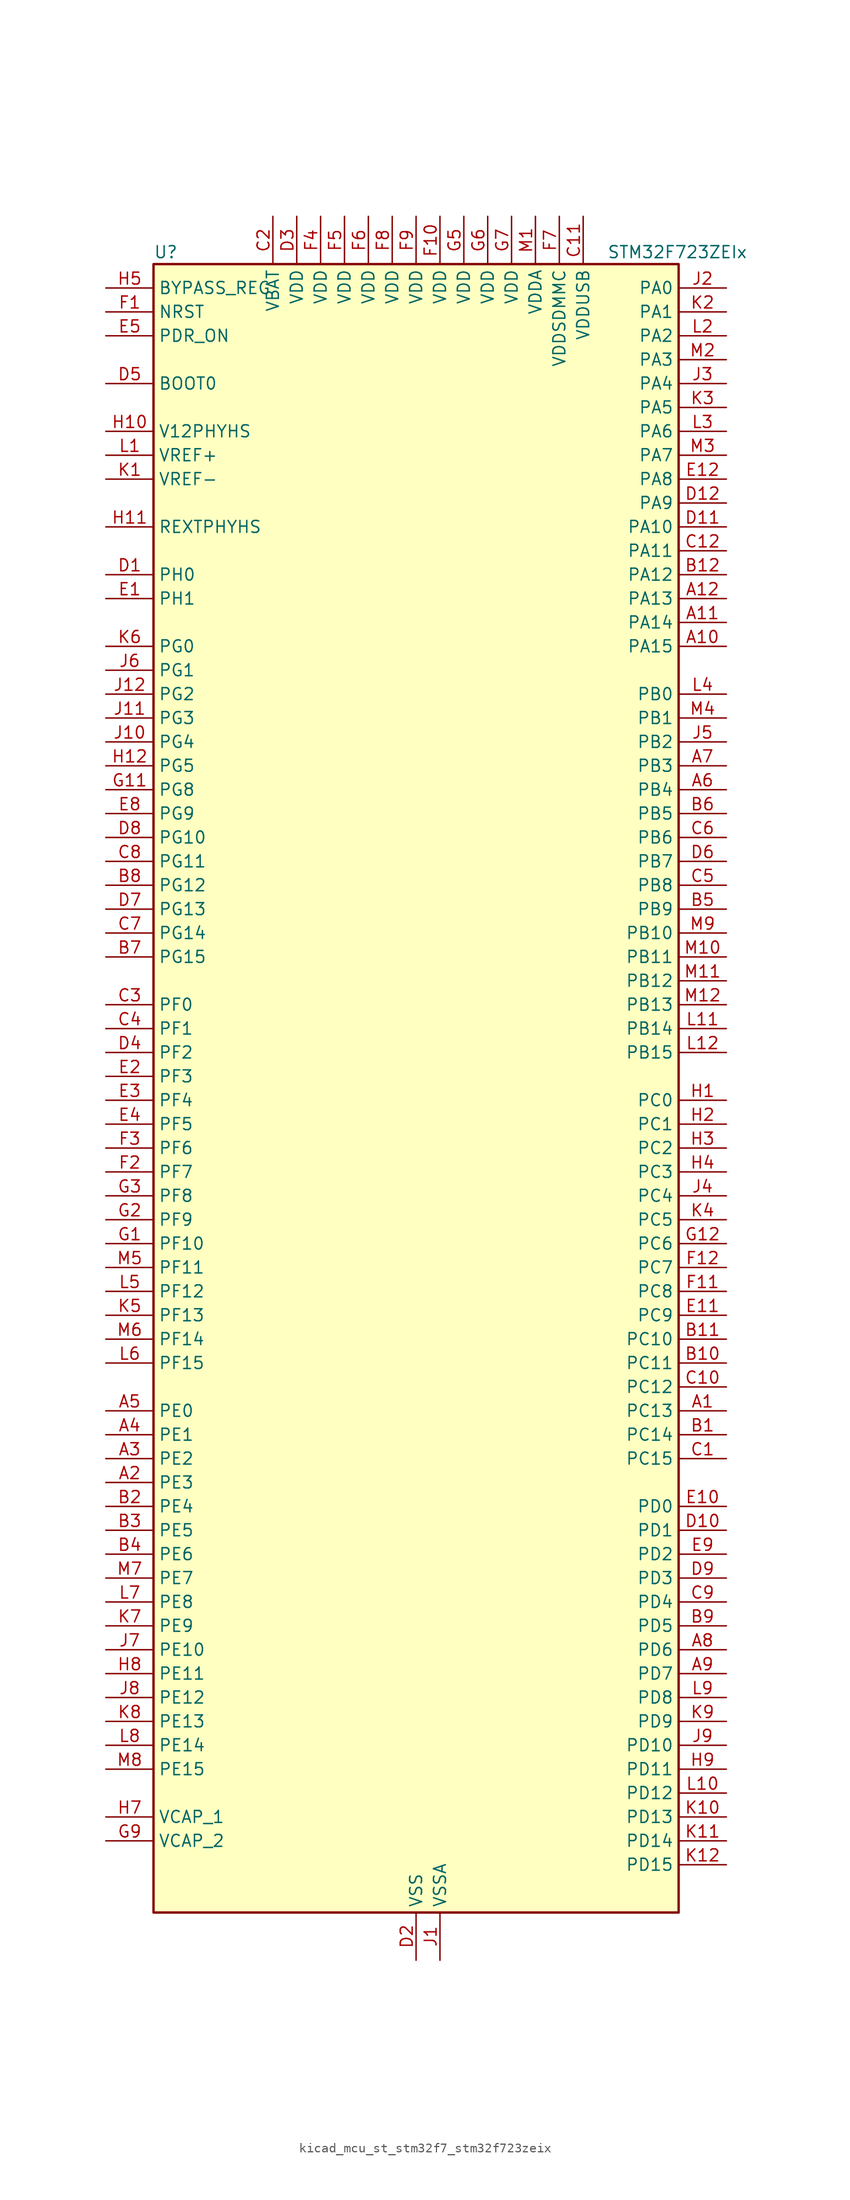
<source format=kicad_sym>
(kicad_symbol_lib
  (version 20220914)
  (generator kicad_symbol_editor)
  (symbol "kicad_mcu_st_stm32f7_stm32f723zeix"
    (property "Reference" "U"
      (at -27.94 90.17 0)
      (effects (font (size 1.27 1.27)) (justify left)))
    (property "Value" "STM32F723ZEIx"
      (at 20.32 90.17 0)
      (effects (font (size 1.27 1.27)) (justify left)))
    (property "ki_locked" ""
      (at 0 0 0)
      (effects (font (size 1.27 1.27))))
    (symbol "kicad_mcu_st_stm32f7_stm32f723zeix_0_1"
      (rectangle (start -27.94 -86.36) (end 27.94 88.9) (stroke (width 0.254) (type default)) (fill (type background))))
    (symbol "kicad_mcu_st_stm32f7_stm32f723zeix_1_1"
      (pin bidirectional line (at 33.02 -33.02 180) (length 5.08) (name "PC13" (effects (font (size 1.27 1.27)))) (number "A1" (effects (font (size 1.27 1.27)))) (alternate "RTC_OUT" bidirectional line) (alternate "RTC_TAMP1" bidirectional line) (alternate "RTC_TS" bidirectional line) (alternate "SYS_WKUP4" bidirectional line))
      (pin bidirectional line (at 33.02 48.26 180) (length 5.08) (name "PA15" (effects (font (size 1.27 1.27)))) (number "A10" (effects (font (size 1.27 1.27)))) (alternate "I2S1_WS" bidirectional line) (alternate "I2S3_WS" bidirectional line) (alternate "SPI1_NSS" bidirectional line) (alternate "SPI3_NSS" bidirectional line) (alternate "SYS_JTDI" bidirectional line) (alternate "TIM2_CH1" bidirectional line) (alternate "TIM2_ETR" bidirectional line) (alternate "UART4_DE" bidirectional line) (alternate "UART4_RTS" bidirectional line))
      (pin bidirectional line (at 33.02 50.8 180) (length 5.08) (name "PA14" (effects (font (size 1.27 1.27)))) (number "A11" (effects (font (size 1.27 1.27)))) (alternate "SYS_JTCK-SWCLK" bidirectional line))
      (pin bidirectional line (at 33.02 53.34 180) (length 5.08) (name "PA13" (effects (font (size 1.27 1.27)))) (number "A12" (effects (font (size 1.27 1.27)))) (alternate "SYS_JTMS-SWDIO" bidirectional line))
      (pin bidirectional line (at -33.02 -40.64 0) (length 5.08) (name "PE3" (effects (font (size 1.27 1.27)))) (number "A2" (effects (font (size 1.27 1.27)))) (alternate "FMC_A19" bidirectional line) (alternate "SAI1_SD_B" bidirectional line) (alternate "SYS_TRACED0" bidirectional line))
      (pin bidirectional line (at -33.02 -38.1 0) (length 5.08) (name "PE2" (effects (font (size 1.27 1.27)))) (number "A3" (effects (font (size 1.27 1.27)))) (alternate "FMC_A23" bidirectional line) (alternate "QUADSPI_BK1_IO2" bidirectional line) (alternate "SAI1_MCLK_A" bidirectional line) (alternate "SPI4_SCK" bidirectional line) (alternate "SYS_TRACECLK" bidirectional line))
      (pin bidirectional line (at -33.02 -35.56 0) (length 5.08) (name "PE1" (effects (font (size 1.27 1.27)))) (number "A4" (effects (font (size 1.27 1.27)))) (alternate "FMC_NBL1" bidirectional line) (alternate "LPTIM1_IN2" bidirectional line) (alternate "UART8_TX" bidirectional line))
      (pin bidirectional line (at -33.02 -33.02 0) (length 5.08) (name "PE0" (effects (font (size 1.27 1.27)))) (number "A5" (effects (font (size 1.27 1.27)))) (alternate "FMC_NBL0" bidirectional line) (alternate "LPTIM1_ETR" bidirectional line) (alternate "SAI2_MCLK_A" bidirectional line) (alternate "TIM4_ETR" bidirectional line) (alternate "UART8_RX" bidirectional line))
      (pin bidirectional line (at 33.02 33.02 180) (length 5.08) (name "PB4" (effects (font (size 1.27 1.27)))) (number "A6" (effects (font (size 1.27 1.27)))) (alternate "I2S2_WS" bidirectional line) (alternate "SDMMC2_D3" bidirectional line) (alternate "SPI1_MISO" bidirectional line) (alternate "SPI2_NSS" bidirectional line) (alternate "SPI3_MISO" bidirectional line) (alternate "SYS_JTRST" bidirectional line) (alternate "TIM3_CH1" bidirectional line))
      (pin bidirectional line (at 33.02 35.56 180) (length 5.08) (name "PB3" (effects (font (size 1.27 1.27)))) (number "A7" (effects (font (size 1.27 1.27)))) (alternate "I2S1_CK" bidirectional line) (alternate "I2S3_CK" bidirectional line) (alternate "SDMMC2_D2" bidirectional line) (alternate "SPI1_SCK" bidirectional line) (alternate "SPI3_SCK" bidirectional line) (alternate "SYS_JTDO-SWO" bidirectional line) (alternate "TIM2_CH2" bidirectional line))
      (pin bidirectional line (at 33.02 -58.42 180) (length 5.08) (name "PD6" (effects (font (size 1.27 1.27)))) (number "A8" (effects (font (size 1.27 1.27)))) (alternate "FMC_NWAIT" bidirectional line) (alternate "I2S3_SD" bidirectional line) (alternate "SAI1_SD_A" bidirectional line) (alternate "SDMMC2_CK" bidirectional line) (alternate "SPI3_MOSI" bidirectional line) (alternate "USART2_RX" bidirectional line))
      (pin bidirectional line (at 33.02 -60.96 180) (length 5.08) (name "PD7" (effects (font (size 1.27 1.27)))) (number "A9" (effects (font (size 1.27 1.27)))) (alternate "FMC_NE1" bidirectional line) (alternate "SDMMC2_CMD" bidirectional line) (alternate "USART2_CK" bidirectional line))
      (pin bidirectional line (at 33.02 -35.56 180) (length 5.08) (name "PC14" (effects (font (size 1.27 1.27)))) (number "B1" (effects (font (size 1.27 1.27)))) (alternate "RCC_OSC32_IN" bidirectional line))
      (pin bidirectional line (at 33.02 -27.94 180) (length 5.08) (name "PC11" (effects (font (size 1.27 1.27)))) (number "B10" (effects (font (size 1.27 1.27)))) (alternate "ADC1_EXTI11" bidirectional line) (alternate "ADC2_EXTI11" bidirectional line) (alternate "ADC3_EXTI11" bidirectional line) (alternate "QUADSPI_BK2_NCS" bidirectional line) (alternate "SDMMC1_D3" bidirectional line) (alternate "SPI3_MISO" bidirectional line) (alternate "UART4_RX" bidirectional line) (alternate "USART3_RX" bidirectional line))
      (pin bidirectional line (at 33.02 -25.4 180) (length 5.08) (name "PC10" (effects (font (size 1.27 1.27)))) (number "B11" (effects (font (size 1.27 1.27)))) (alternate "I2S3_CK" bidirectional line) (alternate "QUADSPI_BK1_IO1" bidirectional line) (alternate "SDMMC1_D2" bidirectional line) (alternate "SPI3_SCK" bidirectional line) (alternate "UART4_TX" bidirectional line) (alternate "USART3_TX" bidirectional line))
      (pin bidirectional line (at 33.02 55.88 180) (length 5.08) (name "PA12" (effects (font (size 1.27 1.27)))) (number "B12" (effects (font (size 1.27 1.27)))) (alternate "CAN1_TX" bidirectional line) (alternate "SAI2_FS_B" bidirectional line) (alternate "TIM1_ETR" bidirectional line) (alternate "USART1_DE" bidirectional line) (alternate "USART1_RTS" bidirectional line) (alternate "USB_OTG_FS_DP" bidirectional line))
      (pin bidirectional line (at -33.02 -43.18 0) (length 5.08) (name "PE4" (effects (font (size 1.27 1.27)))) (number "B2" (effects (font (size 1.27 1.27)))) (alternate "FMC_A20" bidirectional line) (alternate "SAI1_FS_A" bidirectional line) (alternate "SPI4_NSS" bidirectional line) (alternate "SYS_TRACED1" bidirectional line))
      (pin bidirectional line (at -33.02 -45.72 0) (length 5.08) (name "PE5" (effects (font (size 1.27 1.27)))) (number "B3" (effects (font (size 1.27 1.27)))) (alternate "FMC_A21" bidirectional line) (alternate "SAI1_SCK_A" bidirectional line) (alternate "SPI4_MISO" bidirectional line) (alternate "SYS_TRACED2" bidirectional line) (alternate "TIM9_CH1" bidirectional line))
      (pin bidirectional line (at -33.02 -48.26 0) (length 5.08) (name "PE6" (effects (font (size 1.27 1.27)))) (number "B4" (effects (font (size 1.27 1.27)))) (alternate "FMC_A22" bidirectional line) (alternate "SAI1_SD_A" bidirectional line) (alternate "SAI2_MCLK_B" bidirectional line) (alternate "SPI4_MOSI" bidirectional line) (alternate "SYS_TRACED3" bidirectional line) (alternate "TIM1_BKIN2" bidirectional line) (alternate "TIM9_CH2" bidirectional line))
      (pin bidirectional line (at 33.02 20.32 180) (length 5.08) (name "PB9" (effects (font (size 1.27 1.27)))) (number "B5" (effects (font (size 1.27 1.27)))) (alternate "CAN1_TX" bidirectional line) (alternate "DAC_EXTI9" bidirectional line) (alternate "I2C1_SDA" bidirectional line) (alternate "I2S2_WS" bidirectional line) (alternate "SDMMC1_D5" bidirectional line) (alternate "SDMMC2_D5" bidirectional line) (alternate "SPI2_NSS" bidirectional line) (alternate "TIM11_CH1" bidirectional line) (alternate "TIM4_CH4" bidirectional line))
      (pin bidirectional line (at 33.02 30.48 180) (length 5.08) (name "PB5" (effects (font (size 1.27 1.27)))) (number "B6" (effects (font (size 1.27 1.27)))) (alternate "FMC_SDCKE1" bidirectional line) (alternate "I2C1_SMBA" bidirectional line) (alternate "I2S1_SD" bidirectional line) (alternate "I2S3_SD" bidirectional line) (alternate "SPI1_MOSI" bidirectional line) (alternate "SPI3_MOSI" bidirectional line) (alternate "TIM3_CH2" bidirectional line))
      (pin bidirectional line (at -33.02 15.24 0) (length 5.08) (name "PG15" (effects (font (size 1.27 1.27)))) (number "B7" (effects (font (size 1.27 1.27)))) (alternate "FMC_SDNCAS" bidirectional line) (alternate "USART6_CTS" bidirectional line))
      (pin bidirectional line (at -33.02 22.86 0) (length 5.08) (name "PG12" (effects (font (size 1.27 1.27)))) (number "B8" (effects (font (size 1.27 1.27)))) (alternate "FMC_NE4" bidirectional line) (alternate "LPTIM1_IN1" bidirectional line) (alternate "SDMMC2_D3" bidirectional line) (alternate "USART6_DE" bidirectional line) (alternate "USART6_RTS" bidirectional line))
      (pin bidirectional line (at 33.02 -55.88 180) (length 5.08) (name "PD5" (effects (font (size 1.27 1.27)))) (number "B9" (effects (font (size 1.27 1.27)))) (alternate "FMC_NWE" bidirectional line) (alternate "USART2_TX" bidirectional line))
      (pin bidirectional line (at 33.02 -38.1 180) (length 5.08) (name "PC15" (effects (font (size 1.27 1.27)))) (number "C1" (effects (font (size 1.27 1.27)))) (alternate "RCC_OSC32_OUT" bidirectional line))
      (pin bidirectional line (at 33.02 -30.48 180) (length 5.08) (name "PC12" (effects (font (size 1.27 1.27)))) (number "C10" (effects (font (size 1.27 1.27)))) (alternate "I2S3_SD" bidirectional line) (alternate "SDMMC1_CK" bidirectional line) (alternate "SPI3_MOSI" bidirectional line) (alternate "SYS_TRACED3" bidirectional line) (alternate "UART5_TX" bidirectional line) (alternate "USART3_CK" bidirectional line))
      (pin power_in line (at 17.78 93.98 270) (length 5.08) (name "VDDUSB" (effects (font (size 1.27 1.27)))) (number "C11" (effects (font (size 1.27 1.27)))))
      (pin bidirectional line (at 33.02 58.42 180) (length 5.08) (name "PA11" (effects (font (size 1.27 1.27)))) (number "C12" (effects (font (size 1.27 1.27)))) (alternate "ADC1_EXTI11" bidirectional line) (alternate "ADC2_EXTI11" bidirectional line) (alternate "ADC3_EXTI11" bidirectional line) (alternate "CAN1_RX" bidirectional line) (alternate "TIM1_CH4" bidirectional line) (alternate "USART1_CTS" bidirectional line) (alternate "USB_OTG_FS_DM" bidirectional line))
      (pin power_in line (at -15.24 93.98 270) (length 5.08) (name "VBAT" (effects (font (size 1.27 1.27)))) (number "C2" (effects (font (size 1.27 1.27)))))
      (pin bidirectional line (at -33.02 10.16 0) (length 5.08) (name "PF0" (effects (font (size 1.27 1.27)))) (number "C3" (effects (font (size 1.27 1.27)))) (alternate "FMC_A0" bidirectional line) (alternate "I2C2_SDA" bidirectional line))
      (pin bidirectional line (at -33.02 7.62 0) (length 5.08) (name "PF1" (effects (font (size 1.27 1.27)))) (number "C4" (effects (font (size 1.27 1.27)))) (alternate "FMC_A1" bidirectional line) (alternate "I2C2_SCL" bidirectional line))
      (pin bidirectional line (at 33.02 22.86 180) (length 5.08) (name "PB8" (effects (font (size 1.27 1.27)))) (number "C5" (effects (font (size 1.27 1.27)))) (alternate "CAN1_RX" bidirectional line) (alternate "I2C1_SCL" bidirectional line) (alternate "SDMMC1_D4" bidirectional line) (alternate "SDMMC2_D4" bidirectional line) (alternate "TIM10_CH1" bidirectional line) (alternate "TIM4_CH3" bidirectional line))
      (pin bidirectional line (at 33.02 27.94 180) (length 5.08) (name "PB6" (effects (font (size 1.27 1.27)))) (number "C6" (effects (font (size 1.27 1.27)))) (alternate "FMC_SDNE1" bidirectional line) (alternate "I2C1_SCL" bidirectional line) (alternate "QUADSPI_BK1_NCS" bidirectional line) (alternate "TIM4_CH1" bidirectional line) (alternate "USART1_TX" bidirectional line))
      (pin bidirectional line (at -33.02 17.78 0) (length 5.08) (name "PG14" (effects (font (size 1.27 1.27)))) (number "C7" (effects (font (size 1.27 1.27)))) (alternate "FMC_A25" bidirectional line) (alternate "LPTIM1_ETR" bidirectional line) (alternate "QUADSPI_BK2_IO3" bidirectional line) (alternate "SYS_TRACED1" bidirectional line) (alternate "USART6_TX" bidirectional line))
      (pin bidirectional line (at -33.02 25.4 0) (length 5.08) (name "PG11" (effects (font (size 1.27 1.27)))) (number "C8" (effects (font (size 1.27 1.27)))) (alternate "ADC1_EXTI11" bidirectional line) (alternate "ADC2_EXTI11" bidirectional line) (alternate "ADC3_EXTI11" bidirectional line) (alternate "FMC_INT" bidirectional line) (alternate "SDMMC2_D2" bidirectional line))
      (pin bidirectional line (at 33.02 -53.34 180) (length 5.08) (name "PD4" (effects (font (size 1.27 1.27)))) (number "C9" (effects (font (size 1.27 1.27)))) (alternate "FMC_NOE" bidirectional line) (alternate "USART2_DE" bidirectional line) (alternate "USART2_RTS" bidirectional line))
      (pin bidirectional line (at -33.02 55.88 0) (length 5.08) (name "PH0" (effects (font (size 1.27 1.27)))) (number "D1" (effects (font (size 1.27 1.27)))) (alternate "RCC_OSC_IN" bidirectional line))
      (pin bidirectional line (at 33.02 -45.72 180) (length 5.08) (name "PD1" (effects (font (size 1.27 1.27)))) (number "D10" (effects (font (size 1.27 1.27)))) (alternate "CAN1_TX" bidirectional line) (alternate "FMC_D3" bidirectional line) (alternate "FMC_DA3" bidirectional line))
      (pin bidirectional line (at 33.02 60.96 180) (length 5.08) (name "PA10" (effects (font (size 1.27 1.27)))) (number "D11" (effects (font (size 1.27 1.27)))) (alternate "TIM1_CH3" bidirectional line) (alternate "USART1_RX" bidirectional line) (alternate "USB_OTG_FS_ID" bidirectional line))
      (pin bidirectional line (at 33.02 63.5 180) (length 5.08) (name "PA9" (effects (font (size 1.27 1.27)))) (number "D12" (effects (font (size 1.27 1.27)))) (alternate "DAC_EXTI9" bidirectional line) (alternate "I2C3_SMBA" bidirectional line) (alternate "I2S2_CK" bidirectional line) (alternate "SPI2_SCK" bidirectional line) (alternate "TIM1_CH2" bidirectional line) (alternate "USART1_TX" bidirectional line) (alternate "USB_OTG_FS_VBUS" bidirectional line))
      (pin power_in line (at 0 -91.44 90) (length 5.08) (name "VSS" (effects (font (size 1.27 1.27)))) (number "D2" (effects (font (size 1.27 1.27)))))
      (pin power_in line (at -12.7 93.98 270) (length 5.08) (name "VDD" (effects (font (size 1.27 1.27)))) (number "D3" (effects (font (size 1.27 1.27)))))
      (pin bidirectional line (at -33.02 5.08 0) (length 5.08) (name "PF2" (effects (font (size 1.27 1.27)))) (number "D4" (effects (font (size 1.27 1.27)))) (alternate "FMC_A2" bidirectional line) (alternate "I2C2_SMBA" bidirectional line))
      (pin input line (at -33.02 76.2 0) (length 5.08) (name "BOOT0" (effects (font (size 1.27 1.27)))) (number "D5" (effects (font (size 1.27 1.27)))))
      (pin bidirectional line (at 33.02 25.4 180) (length 5.08) (name "PB7" (effects (font (size 1.27 1.27)))) (number "D6" (effects (font (size 1.27 1.27)))) (alternate "FMC_NL" bidirectional line) (alternate "I2C1_SDA" bidirectional line) (alternate "TIM4_CH2" bidirectional line) (alternate "USART1_RX" bidirectional line))
      (pin bidirectional line (at -33.02 20.32 0) (length 5.08) (name "PG13" (effects (font (size 1.27 1.27)))) (number "D7" (effects (font (size 1.27 1.27)))) (alternate "FMC_A24" bidirectional line) (alternate "LPTIM1_OUT" bidirectional line) (alternate "SYS_TRACED0" bidirectional line) (alternate "USART6_CTS" bidirectional line))
      (pin bidirectional line (at -33.02 27.94 0) (length 5.08) (name "PG10" (effects (font (size 1.27 1.27)))) (number "D8" (effects (font (size 1.27 1.27)))) (alternate "FMC_NE3" bidirectional line) (alternate "SAI2_SD_B" bidirectional line) (alternate "SDMMC2_D1" bidirectional line))
      (pin bidirectional line (at 33.02 -50.8 180) (length 5.08) (name "PD3" (effects (font (size 1.27 1.27)))) (number "D9" (effects (font (size 1.27 1.27)))) (alternate "FMC_CLK" bidirectional line) (alternate "I2S2_CK" bidirectional line) (alternate "SPI2_SCK" bidirectional line) (alternate "USART2_CTS" bidirectional line))
      (pin bidirectional line (at -33.02 53.34 0) (length 5.08) (name "PH1" (effects (font (size 1.27 1.27)))) (number "E1" (effects (font (size 1.27 1.27)))) (alternate "RCC_OSC_OUT" bidirectional line))
      (pin bidirectional line (at 33.02 -43.18 180) (length 5.08) (name "PD0" (effects (font (size 1.27 1.27)))) (number "E10" (effects (font (size 1.27 1.27)))) (alternate "CAN1_RX" bidirectional line) (alternate "FMC_D2" bidirectional line) (alternate "FMC_DA2" bidirectional line))
      (pin bidirectional line (at 33.02 -22.86 180) (length 5.08) (name "PC9" (effects (font (size 1.27 1.27)))) (number "E11" (effects (font (size 1.27 1.27)))) (alternate "DAC_EXTI9" bidirectional line) (alternate "I2C3_SDA" bidirectional line) (alternate "I2S_CKIN" bidirectional line) (alternate "QUADSPI_BK1_IO0" bidirectional line) (alternate "RCC_MCO_2" bidirectional line) (alternate "SDMMC1_D1" bidirectional line) (alternate "TIM3_CH4" bidirectional line) (alternate "TIM8_CH4" bidirectional line) (alternate "UART5_CTS" bidirectional line))
      (pin bidirectional line (at 33.02 66.04 180) (length 5.08) (name "PA8" (effects (font (size 1.27 1.27)))) (number "E12" (effects (font (size 1.27 1.27)))) (alternate "I2C3_SCL" bidirectional line) (alternate "RCC_MCO_1" bidirectional line) (alternate "TIM1_CH1" bidirectional line) (alternate "TIM8_BKIN2" bidirectional line) (alternate "USART1_CK" bidirectional line) (alternate "USB_OTG_FS_SOF" bidirectional line))
      (pin bidirectional line (at -33.02 2.54 0) (length 5.08) (name "PF3" (effects (font (size 1.27 1.27)))) (number "E2" (effects (font (size 1.27 1.27)))) (alternate "ADC3_IN9" bidirectional line) (alternate "FMC_A3" bidirectional line))
      (pin bidirectional line (at -33.02 0 0) (length 5.08) (name "PF4" (effects (font (size 1.27 1.27)))) (number "E3" (effects (font (size 1.27 1.27)))) (alternate "ADC3_IN14" bidirectional line) (alternate "FMC_A4" bidirectional line))
      (pin bidirectional line (at -33.02 -2.54 0) (length 5.08) (name "PF5" (effects (font (size 1.27 1.27)))) (number "E4" (effects (font (size 1.27 1.27)))) (alternate "ADC3_IN15" bidirectional line) (alternate "FMC_A5" bidirectional line))
      (pin input line (at -33.02 81.28 0) (length 5.08) (name "PDR_ON" (effects (font (size 1.27 1.27)))) (number "E5" (effects (font (size 1.27 1.27)))))
      (pin passive line (at 0 -91.44 90) (length 5.08) hide (name "VSS" (effects (font (size 1.27 1.27)))) (number "E6" (effects (font (size 1.27 1.27)))))
      (pin passive line (at 0 -91.44 90) (length 5.08) hide (name "VSS" (effects (font (size 1.27 1.27)))) (number "E7" (effects (font (size 1.27 1.27)))))
      (pin bidirectional line (at -33.02 30.48 0) (length 5.08) (name "PG9" (effects (font (size 1.27 1.27)))) (number "E8" (effects (font (size 1.27 1.27)))) (alternate "DAC_EXTI9" bidirectional line) (alternate "FMC_NCE" bidirectional line) (alternate "FMC_NE2" bidirectional line) (alternate "QUADSPI_BK2_IO2" bidirectional line) (alternate "SAI2_FS_B" bidirectional line) (alternate "SDMMC2_D0" bidirectional line) (alternate "USART6_RX" bidirectional line))
      (pin bidirectional line (at 33.02 -48.26 180) (length 5.08) (name "PD2" (effects (font (size 1.27 1.27)))) (number "E9" (effects (font (size 1.27 1.27)))) (alternate "SDMMC1_CMD" bidirectional line) (alternate "SYS_TRACED2" bidirectional line) (alternate "TIM3_ETR" bidirectional line) (alternate "UART5_RX" bidirectional line))
      (pin input line (at -33.02 83.82 0) (length 5.08) (name "NRST" (effects (font (size 1.27 1.27)))) (number "F1" (effects (font (size 1.27 1.27)))))
      (pin power_in line (at 2.54 93.98 270) (length 5.08) (name "VDD" (effects (font (size 1.27 1.27)))) (number "F10" (effects (font (size 1.27 1.27)))))
      (pin bidirectional line (at 33.02 -20.32 180) (length 5.08) (name "PC8" (effects (font (size 1.27 1.27)))) (number "F11" (effects (font (size 1.27 1.27)))) (alternate "SDMMC1_D0" bidirectional line) (alternate "SYS_TRACED1" bidirectional line) (alternate "TIM3_CH3" bidirectional line) (alternate "TIM8_CH3" bidirectional line) (alternate "UART5_DE" bidirectional line) (alternate "UART5_RTS" bidirectional line) (alternate "USART6_CK" bidirectional line))
      (pin bidirectional line (at 33.02 -17.78 180) (length 5.08) (name "PC7" (effects (font (size 1.27 1.27)))) (number "F12" (effects (font (size 1.27 1.27)))) (alternate "I2S3_MCK" bidirectional line) (alternate "SDMMC1_D7" bidirectional line) (alternate "SDMMC2_D7" bidirectional line) (alternate "TIM3_CH2" bidirectional line) (alternate "TIM8_CH2" bidirectional line) (alternate "USART6_RX" bidirectional line))
      (pin bidirectional line (at -33.02 -7.62 0) (length 5.08) (name "PF7" (effects (font (size 1.27 1.27)))) (number "F2" (effects (font (size 1.27 1.27)))) (alternate "ADC3_IN5" bidirectional line) (alternate "QUADSPI_BK1_IO2" bidirectional line) (alternate "SAI1_MCLK_B" bidirectional line) (alternate "SPI5_SCK" bidirectional line) (alternate "TIM11_CH1" bidirectional line) (alternate "UART7_TX" bidirectional line))
      (pin bidirectional line (at -33.02 -5.08 0) (length 5.08) (name "PF6" (effects (font (size 1.27 1.27)))) (number "F3" (effects (font (size 1.27 1.27)))) (alternate "ADC3_IN4" bidirectional line) (alternate "QUADSPI_BK1_IO3" bidirectional line) (alternate "SAI1_SD_B" bidirectional line) (alternate "SPI5_NSS" bidirectional line) (alternate "TIM10_CH1" bidirectional line) (alternate "UART7_RX" bidirectional line))
      (pin power_in line (at -10.16 93.98 270) (length 5.08) (name "VDD" (effects (font (size 1.27 1.27)))) (number "F4" (effects (font (size 1.27 1.27)))))
      (pin power_in line (at -7.62 93.98 270) (length 5.08) (name "VDD" (effects (font (size 1.27 1.27)))) (number "F5" (effects (font (size 1.27 1.27)))))
      (pin power_in line (at -5.08 93.98 270) (length 5.08) (name "VDD" (effects (font (size 1.27 1.27)))) (number "F6" (effects (font (size 1.27 1.27)))))
      (pin power_in line (at 15.24 93.98 270) (length 5.08) (name "VDDSDMMC" (effects (font (size 1.27 1.27)))) (number "F7" (effects (font (size 1.27 1.27)))))
      (pin power_in line (at -2.54 93.98 270) (length 5.08) (name "VDD" (effects (font (size 1.27 1.27)))) (number "F8" (effects (font (size 1.27 1.27)))))
      (pin power_in line (at 0 93.98 270) (length 5.08) (name "VDD" (effects (font (size 1.27 1.27)))) (number "F9" (effects (font (size 1.27 1.27)))))
      (pin bidirectional line (at -33.02 -15.24 0) (length 5.08) (name "PF10" (effects (font (size 1.27 1.27)))) (number "G1" (effects (font (size 1.27 1.27)))) (alternate "ADC3_IN8" bidirectional line))
      (pin passive line (at 0 -91.44 90) (length 5.08) hide (name "VSS" (effects (font (size 1.27 1.27)))) (number "G10" (effects (font (size 1.27 1.27)))))
      (pin bidirectional line (at -33.02 33.02 0) (length 5.08) (name "PG8" (effects (font (size 1.27 1.27)))) (number "G11" (effects (font (size 1.27 1.27)))) (alternate "FMC_SDCLK" bidirectional line) (alternate "USART6_DE" bidirectional line) (alternate "USART6_RTS" bidirectional line))
      (pin bidirectional line (at 33.02 -15.24 180) (length 5.08) (name "PC6" (effects (font (size 1.27 1.27)))) (number "G12" (effects (font (size 1.27 1.27)))) (alternate "I2S2_MCK" bidirectional line) (alternate "SDMMC1_D6" bidirectional line) (alternate "SDMMC2_D6" bidirectional line) (alternate "TIM3_CH1" bidirectional line) (alternate "TIM8_CH1" bidirectional line) (alternate "USART6_TX" bidirectional line))
      (pin bidirectional line (at -33.02 -12.7 0) (length 5.08) (name "PF9" (effects (font (size 1.27 1.27)))) (number "G2" (effects (font (size 1.27 1.27)))) (alternate "ADC3_IN7" bidirectional line) (alternate "DAC_EXTI9" bidirectional line) (alternate "QUADSPI_BK1_IO1" bidirectional line) (alternate "SAI1_FS_B" bidirectional line) (alternate "SPI5_MOSI" bidirectional line) (alternate "TIM14_CH1" bidirectional line) (alternate "UART7_CTS" bidirectional line))
      (pin bidirectional line (at -33.02 -10.16 0) (length 5.08) (name "PF8" (effects (font (size 1.27 1.27)))) (number "G3" (effects (font (size 1.27 1.27)))) (alternate "ADC3_IN6" bidirectional line) (alternate "QUADSPI_BK1_IO0" bidirectional line) (alternate "SAI1_SCK_B" bidirectional line) (alternate "SPI5_MISO" bidirectional line) (alternate "TIM13_CH1" bidirectional line) (alternate "UART7_DE" bidirectional line) (alternate "UART7_RTS" bidirectional line))
      (pin passive line (at 0 -91.44 90) (length 5.08) hide (name "VSS" (effects (font (size 1.27 1.27)))) (number "G4" (effects (font (size 1.27 1.27)))))
      (pin power_in line (at 5.08 93.98 270) (length 5.08) (name "VDD" (effects (font (size 1.27 1.27)))) (number "G5" (effects (font (size 1.27 1.27)))))
      (pin power_in line (at 7.62 93.98 270) (length 5.08) (name "VDD" (effects (font (size 1.27 1.27)))) (number "G6" (effects (font (size 1.27 1.27)))))
      (pin power_in line (at 10.16 93.98 270) (length 5.08) (name "VDD" (effects (font (size 1.27 1.27)))) (number "G7" (effects (font (size 1.27 1.27)))))
      (pin passive line (at 0 -91.44 90) (length 5.08) hide (name "VSS" (effects (font (size 1.27 1.27)))) (number "G8" (effects (font (size 1.27 1.27)))))
      (pin power_out line (at -33.02 -78.74 0) (length 5.08) (name "VCAP_2" (effects (font (size 1.27 1.27)))) (number "G9" (effects (font (size 1.27 1.27)))))
      (pin bidirectional line (at 33.02 0 180) (length 5.08) (name "PC0" (effects (font (size 1.27 1.27)))) (number "H1" (effects (font (size 1.27 1.27)))) (alternate "ADC1_IN10" bidirectional line) (alternate "ADC2_IN10" bidirectional line) (alternate "ADC3_IN10" bidirectional line) (alternate "FMC_SDNWE" bidirectional line) (alternate "SAI2_FS_B" bidirectional line))
      (pin power_in line (at -33.02 71.12 0) (length 5.08) (name "V12PHYHS" (effects (font (size 1.27 1.27)))) (number "H10" (effects (font (size 1.27 1.27)))))
      (pin bidirectional line (at -33.02 60.96 0) (length 5.08) (name "REXTPHYHS" (effects (font (size 1.27 1.27)))) (number "H11" (effects (font (size 1.27 1.27)))) (alternate "USB_OTG_HS_REXTPHYHS" bidirectional line))
      (pin bidirectional line (at -33.02 35.56 0) (length 5.08) (name "PG5" (effects (font (size 1.27 1.27)))) (number "H12" (effects (font (size 1.27 1.27)))) (alternate "FMC_A15" bidirectional line) (alternate "FMC_BA1" bidirectional line))
      (pin bidirectional line (at 33.02 -2.54 180) (length 5.08) (name "PC1" (effects (font (size 1.27 1.27)))) (number "H2" (effects (font (size 1.27 1.27)))) (alternate "ADC1_IN11" bidirectional line) (alternate "ADC2_IN11" bidirectional line) (alternate "ADC3_IN11" bidirectional line) (alternate "I2S2_SD" bidirectional line) (alternate "RTC_TAMP3" bidirectional line) (alternate "RTC_TS" bidirectional line) (alternate "SAI1_SD_A" bidirectional line) (alternate "SPI2_MOSI" bidirectional line) (alternate "SYS_TRACED0" bidirectional line) (alternate "SYS_WKUP3" bidirectional line))
      (pin bidirectional line (at 33.02 -5.08 180) (length 5.08) (name "PC2" (effects (font (size 1.27 1.27)))) (number "H3" (effects (font (size 1.27 1.27)))) (alternate "ADC1_IN12" bidirectional line) (alternate "ADC2_IN12" bidirectional line) (alternate "ADC3_IN12" bidirectional line) (alternate "FMC_SDNE0" bidirectional line) (alternate "SPI2_MISO" bidirectional line))
      (pin bidirectional line (at 33.02 -7.62 180) (length 5.08) (name "PC3" (effects (font (size 1.27 1.27)))) (number "H4" (effects (font (size 1.27 1.27)))) (alternate "ADC1_IN13" bidirectional line) (alternate "ADC2_IN13" bidirectional line) (alternate "ADC3_IN13" bidirectional line) (alternate "FMC_SDCKE0" bidirectional line) (alternate "I2S2_SD" bidirectional line) (alternate "SPI2_MOSI" bidirectional line))
      (pin input line (at -33.02 86.36 0) (length 5.08) (name "BYPASS_REG" (effects (font (size 1.27 1.27)))) (number "H5" (effects (font (size 1.27 1.27)))))
      (pin passive line (at 0 -91.44 90) (length 5.08) hide (name "VSS" (effects (font (size 1.27 1.27)))) (number "H6" (effects (font (size 1.27 1.27)))))
      (pin power_out line (at -33.02 -76.2 0) (length 5.08) (name "VCAP_1" (effects (font (size 1.27 1.27)))) (number "H7" (effects (font (size 1.27 1.27)))))
      (pin bidirectional line (at -33.02 -60.96 0) (length 5.08) (name "PE11" (effects (font (size 1.27 1.27)))) (number "H8" (effects (font (size 1.27 1.27)))) (alternate "ADC1_EXTI11" bidirectional line) (alternate "ADC2_EXTI11" bidirectional line) (alternate "ADC3_EXTI11" bidirectional line) (alternate "FMC_D8" bidirectional line) (alternate "FMC_DA8" bidirectional line) (alternate "SAI2_SD_B" bidirectional line) (alternate "SPI4_NSS" bidirectional line) (alternate "TIM1_CH2" bidirectional line))
      (pin bidirectional line (at 33.02 -71.12 180) (length 5.08) (name "PD11" (effects (font (size 1.27 1.27)))) (number "H9" (effects (font (size 1.27 1.27)))) (alternate "ADC1_EXTI11" bidirectional line) (alternate "ADC2_EXTI11" bidirectional line) (alternate "ADC3_EXTI11" bidirectional line) (alternate "FMC_A16" bidirectional line) (alternate "FMC_CLE" bidirectional line) (alternate "QUADSPI_BK1_IO0" bidirectional line) (alternate "SAI2_SD_A" bidirectional line) (alternate "USART3_CTS" bidirectional line))
      (pin power_in line (at 2.54 -91.44 90) (length 5.08) (name "VSSA" (effects (font (size 1.27 1.27)))) (number "J1" (effects (font (size 1.27 1.27)))))
      (pin bidirectional line (at -33.02 38.1 0) (length 5.08) (name "PG4" (effects (font (size 1.27 1.27)))) (number "J10" (effects (font (size 1.27 1.27)))) (alternate "FMC_A14" bidirectional line) (alternate "FMC_BA0" bidirectional line))
      (pin bidirectional line (at -33.02 40.64 0) (length 5.08) (name "PG3" (effects (font (size 1.27 1.27)))) (number "J11" (effects (font (size 1.27 1.27)))) (alternate "FMC_A13" bidirectional line))
      (pin bidirectional line (at -33.02 43.18 0) (length 5.08) (name "PG2" (effects (font (size 1.27 1.27)))) (number "J12" (effects (font (size 1.27 1.27)))) (alternate "FMC_A12" bidirectional line))
      (pin bidirectional line (at 33.02 86.36 180) (length 5.08) (name "PA0" (effects (font (size 1.27 1.27)))) (number "J2" (effects (font (size 1.27 1.27)))) (alternate "ADC1_IN0" bidirectional line) (alternate "ADC2_IN0" bidirectional line) (alternate "ADC3_IN0" bidirectional line) (alternate "SAI2_SD_B" bidirectional line) (alternate "SYS_WKUP1" bidirectional line) (alternate "TIM2_CH1" bidirectional line) (alternate "TIM2_ETR" bidirectional line) (alternate "TIM5_CH1" bidirectional line) (alternate "TIM8_ETR" bidirectional line) (alternate "UART4_TX" bidirectional line) (alternate "USART2_CTS" bidirectional line))
      (pin bidirectional line (at 33.02 76.2 180) (length 5.08) (name "PA4" (effects (font (size 1.27 1.27)))) (number "J3" (effects (font (size 1.27 1.27)))) (alternate "ADC1_IN4" bidirectional line) (alternate "ADC2_IN4" bidirectional line) (alternate "DAC_OUT1" bidirectional line) (alternate "I2S1_WS" bidirectional line) (alternate "I2S3_WS" bidirectional line) (alternate "SPI1_NSS" bidirectional line) (alternate "SPI3_NSS" bidirectional line) (alternate "USART2_CK" bidirectional line) (alternate "USB_OTG_HS_SOF" bidirectional line))
      (pin bidirectional line (at 33.02 -10.16 180) (length 5.08) (name "PC4" (effects (font (size 1.27 1.27)))) (number "J4" (effects (font (size 1.27 1.27)))) (alternate "ADC1_IN14" bidirectional line) (alternate "ADC2_IN14" bidirectional line) (alternate "FMC_SDNE0" bidirectional line) (alternate "I2S1_MCK" bidirectional line))
      (pin bidirectional line (at 33.02 38.1 180) (length 5.08) (name "PB2" (effects (font (size 1.27 1.27)))) (number "J5" (effects (font (size 1.27 1.27)))) (alternate "I2S3_SD" bidirectional line) (alternate "QUADSPI_CLK" bidirectional line) (alternate "SAI1_SD_A" bidirectional line) (alternate "SPI3_MOSI" bidirectional line))
      (pin bidirectional line (at -33.02 45.72 0) (length 5.08) (name "PG1" (effects (font (size 1.27 1.27)))) (number "J6" (effects (font (size 1.27 1.27)))) (alternate "FMC_A11" bidirectional line))
      (pin bidirectional line (at -33.02 -58.42 0) (length 5.08) (name "PE10" (effects (font (size 1.27 1.27)))) (number "J7" (effects (font (size 1.27 1.27)))) (alternate "FMC_D7" bidirectional line) (alternate "FMC_DA7" bidirectional line) (alternate "QUADSPI_BK2_IO3" bidirectional line) (alternate "TIM1_CH2N" bidirectional line) (alternate "UART7_CTS" bidirectional line))
      (pin bidirectional line (at -33.02 -63.5 0) (length 5.08) (name "PE12" (effects (font (size 1.27 1.27)))) (number "J8" (effects (font (size 1.27 1.27)))) (alternate "FMC_D9" bidirectional line) (alternate "FMC_DA9" bidirectional line) (alternate "SAI2_SCK_B" bidirectional line) (alternate "SPI4_SCK" bidirectional line) (alternate "TIM1_CH3N" bidirectional line))
      (pin bidirectional line (at 33.02 -68.58 180) (length 5.08) (name "PD10" (effects (font (size 1.27 1.27)))) (number "J9" (effects (font (size 1.27 1.27)))) (alternate "FMC_D15" bidirectional line) (alternate "FMC_DA15" bidirectional line) (alternate "USART3_CK" bidirectional line))
      (pin input line (at -33.02 66.04 0) (length 5.08) (name "VREF-" (effects (font (size 1.27 1.27)))) (number "K1" (effects (font (size 1.27 1.27)))))
      (pin bidirectional line (at 33.02 -76.2 180) (length 5.08) (name "PD13" (effects (font (size 1.27 1.27)))) (number "K10" (effects (font (size 1.27 1.27)))) (alternate "FMC_A18" bidirectional line) (alternate "LPTIM1_OUT" bidirectional line) (alternate "QUADSPI_BK1_IO3" bidirectional line) (alternate "SAI2_SCK_A" bidirectional line) (alternate "TIM4_CH2" bidirectional line))
      (pin bidirectional line (at 33.02 -78.74 180) (length 5.08) (name "PD14" (effects (font (size 1.27 1.27)))) (number "K11" (effects (font (size 1.27 1.27)))) (alternate "FMC_D0" bidirectional line) (alternate "FMC_DA0" bidirectional line) (alternate "TIM4_CH3" bidirectional line) (alternate "UART8_CTS" bidirectional line))
      (pin bidirectional line (at 33.02 -81.28 180) (length 5.08) (name "PD15" (effects (font (size 1.27 1.27)))) (number "K12" (effects (font (size 1.27 1.27)))) (alternate "FMC_D1" bidirectional line) (alternate "FMC_DA1" bidirectional line) (alternate "TIM4_CH4" bidirectional line) (alternate "UART8_DE" bidirectional line) (alternate "UART8_RTS" bidirectional line))
      (pin bidirectional line (at 33.02 83.82 180) (length 5.08) (name "PA1" (effects (font (size 1.27 1.27)))) (number "K2" (effects (font (size 1.27 1.27)))) (alternate "ADC1_IN1" bidirectional line) (alternate "ADC2_IN1" bidirectional line) (alternate "ADC3_IN1" bidirectional line) (alternate "QUADSPI_BK1_IO3" bidirectional line) (alternate "SAI2_MCLK_B" bidirectional line) (alternate "TIM2_CH2" bidirectional line) (alternate "TIM5_CH2" bidirectional line) (alternate "UART4_RX" bidirectional line) (alternate "USART2_DE" bidirectional line) (alternate "USART2_RTS" bidirectional line))
      (pin bidirectional line (at 33.02 73.66 180) (length 5.08) (name "PA5" (effects (font (size 1.27 1.27)))) (number "K3" (effects (font (size 1.27 1.27)))) (alternate "ADC1_IN5" bidirectional line) (alternate "ADC2_IN5" bidirectional line) (alternate "DAC_OUT2" bidirectional line) (alternate "I2S1_CK" bidirectional line) (alternate "SPI1_SCK" bidirectional line) (alternate "TIM2_CH1" bidirectional line) (alternate "TIM2_ETR" bidirectional line) (alternate "TIM8_CH1N" bidirectional line))
      (pin bidirectional line (at 33.02 -12.7 180) (length 5.08) (name "PC5" (effects (font (size 1.27 1.27)))) (number "K4" (effects (font (size 1.27 1.27)))) (alternate "ADC1_IN15" bidirectional line) (alternate "ADC2_IN15" bidirectional line) (alternate "FMC_SDCKE0" bidirectional line))
      (pin bidirectional line (at -33.02 -22.86 0) (length 5.08) (name "PF13" (effects (font (size 1.27 1.27)))) (number "K5" (effects (font (size 1.27 1.27)))) (alternate "FMC_A7" bidirectional line))
      (pin bidirectional line (at -33.02 48.26 0) (length 5.08) (name "PG0" (effects (font (size 1.27 1.27)))) (number "K6" (effects (font (size 1.27 1.27)))) (alternate "FMC_A10" bidirectional line))
      (pin bidirectional line (at -33.02 -55.88 0) (length 5.08) (name "PE9" (effects (font (size 1.27 1.27)))) (number "K7" (effects (font (size 1.27 1.27)))) (alternate "DAC_EXTI9" bidirectional line) (alternate "FMC_D6" bidirectional line) (alternate "FMC_DA6" bidirectional line) (alternate "QUADSPI_BK2_IO2" bidirectional line) (alternate "TIM1_CH1" bidirectional line) (alternate "UART7_DE" bidirectional line) (alternate "UART7_RTS" bidirectional line))
      (pin bidirectional line (at -33.02 -66.04 0) (length 5.08) (name "PE13" (effects (font (size 1.27 1.27)))) (number "K8" (effects (font (size 1.27 1.27)))) (alternate "FMC_D10" bidirectional line) (alternate "FMC_DA10" bidirectional line) (alternate "SAI2_FS_B" bidirectional line) (alternate "SPI4_MISO" bidirectional line) (alternate "TIM1_CH3" bidirectional line))
      (pin bidirectional line (at 33.02 -66.04 180) (length 5.08) (name "PD9" (effects (font (size 1.27 1.27)))) (number "K9" (effects (font (size 1.27 1.27)))) (alternate "DAC_EXTI9" bidirectional line) (alternate "FMC_D14" bidirectional line) (alternate "FMC_DA14" bidirectional line) (alternate "USART3_RX" bidirectional line))
      (pin input line (at -33.02 68.58 0) (length 5.08) (name "VREF+" (effects (font (size 1.27 1.27)))) (number "L1" (effects (font (size 1.27 1.27)))))
      (pin bidirectional line (at 33.02 -73.66 180) (length 5.08) (name "PD12" (effects (font (size 1.27 1.27)))) (number "L10" (effects (font (size 1.27 1.27)))) (alternate "FMC_A17" bidirectional line) (alternate "FMC_ALE" bidirectional line) (alternate "LPTIM1_IN1" bidirectional line) (alternate "QUADSPI_BK1_IO1" bidirectional line) (alternate "SAI2_FS_A" bidirectional line) (alternate "TIM4_CH1" bidirectional line) (alternate "USART3_DE" bidirectional line) (alternate "USART3_RTS" bidirectional line))
      (pin bidirectional line (at 33.02 7.62 180) (length 5.08) (name "PB14" (effects (font (size 1.27 1.27)))) (number "L11" (effects (font (size 1.27 1.27)))) (alternate "USB_OTG_HS_DM" bidirectional line))
      (pin bidirectional line (at 33.02 5.08 180) (length 5.08) (name "PB15" (effects (font (size 1.27 1.27)))) (number "L12" (effects (font (size 1.27 1.27)))) (alternate "USB_OTG_HS_DP" bidirectional line))
      (pin bidirectional line (at 33.02 81.28 180) (length 5.08) (name "PA2" (effects (font (size 1.27 1.27)))) (number "L2" (effects (font (size 1.27 1.27)))) (alternate "ADC1_IN2" bidirectional line) (alternate "ADC2_IN2" bidirectional line) (alternate "ADC3_IN2" bidirectional line) (alternate "SAI2_SCK_B" bidirectional line) (alternate "SYS_WKUP2" bidirectional line) (alternate "TIM2_CH3" bidirectional line) (alternate "TIM5_CH3" bidirectional line) (alternate "TIM9_CH1" bidirectional line) (alternate "USART2_TX" bidirectional line))
      (pin bidirectional line (at 33.02 71.12 180) (length 5.08) (name "PA6" (effects (font (size 1.27 1.27)))) (number "L3" (effects (font (size 1.27 1.27)))) (alternate "ADC1_IN6" bidirectional line) (alternate "ADC2_IN6" bidirectional line) (alternate "SPI1_MISO" bidirectional line) (alternate "TIM13_CH1" bidirectional line) (alternate "TIM1_BKIN" bidirectional line) (alternate "TIM3_CH1" bidirectional line) (alternate "TIM8_BKIN" bidirectional line))
      (pin bidirectional line (at 33.02 43.18 180) (length 5.08) (name "PB0" (effects (font (size 1.27 1.27)))) (number "L4" (effects (font (size 1.27 1.27)))) (alternate "ADC1_IN8" bidirectional line) (alternate "ADC2_IN8" bidirectional line) (alternate "TIM1_CH2N" bidirectional line) (alternate "TIM3_CH3" bidirectional line) (alternate "TIM8_CH2N" bidirectional line) (alternate "UART4_CTS" bidirectional line))
      (pin bidirectional line (at -33.02 -20.32 0) (length 5.08) (name "PF12" (effects (font (size 1.27 1.27)))) (number "L5" (effects (font (size 1.27 1.27)))) (alternate "FMC_A6" bidirectional line))
      (pin bidirectional line (at -33.02 -27.94 0) (length 5.08) (name "PF15" (effects (font (size 1.27 1.27)))) (number "L6" (effects (font (size 1.27 1.27)))) (alternate "FMC_A9" bidirectional line))
      (pin bidirectional line (at -33.02 -53.34 0) (length 5.08) (name "PE8" (effects (font (size 1.27 1.27)))) (number "L7" (effects (font (size 1.27 1.27)))) (alternate "FMC_D5" bidirectional line) (alternate "FMC_DA5" bidirectional line) (alternate "QUADSPI_BK2_IO1" bidirectional line) (alternate "TIM1_CH1N" bidirectional line) (alternate "UART7_TX" bidirectional line))
      (pin bidirectional line (at -33.02 -68.58 0) (length 5.08) (name "PE14" (effects (font (size 1.27 1.27)))) (number "L8" (effects (font (size 1.27 1.27)))) (alternate "FMC_D11" bidirectional line) (alternate "FMC_DA11" bidirectional line) (alternate "SAI2_MCLK_B" bidirectional line) (alternate "SPI4_MOSI" bidirectional line) (alternate "TIM1_CH4" bidirectional line))
      (pin bidirectional line (at 33.02 -63.5 180) (length 5.08) (name "PD8" (effects (font (size 1.27 1.27)))) (number "L9" (effects (font (size 1.27 1.27)))) (alternate "FMC_D13" bidirectional line) (alternate "FMC_DA13" bidirectional line) (alternate "USART3_TX" bidirectional line))
      (pin power_in line (at 12.7 93.98 270) (length 5.08) (name "VDDA" (effects (font (size 1.27 1.27)))) (number "M1" (effects (font (size 1.27 1.27)))))
      (pin bidirectional line (at 33.02 15.24 180) (length 5.08) (name "PB11" (effects (font (size 1.27 1.27)))) (number "M10" (effects (font (size 1.27 1.27)))) (alternate "ADC1_EXTI11" bidirectional line) (alternate "ADC2_EXTI11" bidirectional line) (alternate "ADC3_EXTI11" bidirectional line) (alternate "I2C2_SDA" bidirectional line) (alternate "TIM2_CH4" bidirectional line) (alternate "USART3_RX" bidirectional line))
      (pin bidirectional line (at 33.02 12.7 180) (length 5.08) (name "PB12" (effects (font (size 1.27 1.27)))) (number "M11" (effects (font (size 1.27 1.27)))) (alternate "I2C2_SMBA" bidirectional line) (alternate "I2S2_WS" bidirectional line) (alternate "SPI2_NSS" bidirectional line) (alternate "TIM1_BKIN" bidirectional line) (alternate "USART3_CK" bidirectional line) (alternate "USB_OTG_HS_ID" bidirectional line))
      (pin bidirectional line (at 33.02 10.16 180) (length 5.08) (name "PB13" (effects (font (size 1.27 1.27)))) (number "M12" (effects (font (size 1.27 1.27)))) (alternate "I2S2_CK" bidirectional line) (alternate "SPI2_SCK" bidirectional line) (alternate "TIM1_CH1N" bidirectional line) (alternate "USART3_CTS" bidirectional line) (alternate "USB_OTG_HS_VBUS" bidirectional line))
      (pin bidirectional line (at 33.02 78.74 180) (length 5.08) (name "PA3" (effects (font (size 1.27 1.27)))) (number "M2" (effects (font (size 1.27 1.27)))) (alternate "ADC1_IN3" bidirectional line) (alternate "ADC2_IN3" bidirectional line) (alternate "ADC3_IN3" bidirectional line) (alternate "TIM2_CH4" bidirectional line) (alternate "TIM5_CH4" bidirectional line) (alternate "TIM9_CH2" bidirectional line) (alternate "USART2_RX" bidirectional line))
      (pin bidirectional line (at 33.02 68.58 180) (length 5.08) (name "PA7" (effects (font (size 1.27 1.27)))) (number "M3" (effects (font (size 1.27 1.27)))) (alternate "ADC1_IN7" bidirectional line) (alternate "ADC2_IN7" bidirectional line) (alternate "FMC_SDNWE" bidirectional line) (alternate "I2S1_SD" bidirectional line) (alternate "SPI1_MOSI" bidirectional line) (alternate "TIM14_CH1" bidirectional line) (alternate "TIM1_CH1N" bidirectional line) (alternate "TIM3_CH2" bidirectional line) (alternate "TIM8_CH1N" bidirectional line))
      (pin bidirectional line (at 33.02 40.64 180) (length 5.08) (name "PB1" (effects (font (size 1.27 1.27)))) (number "M4" (effects (font (size 1.27 1.27)))) (alternate "ADC1_IN9" bidirectional line) (alternate "ADC2_IN9" bidirectional line) (alternate "TIM1_CH3N" bidirectional line) (alternate "TIM3_CH4" bidirectional line) (alternate "TIM8_CH3N" bidirectional line))
      (pin bidirectional line (at -33.02 -17.78 0) (length 5.08) (name "PF11" (effects (font (size 1.27 1.27)))) (number "M5" (effects (font (size 1.27 1.27)))) (alternate "ADC1_EXTI11" bidirectional line) (alternate "ADC2_EXTI11" bidirectional line) (alternate "ADC3_EXTI11" bidirectional line) (alternate "FMC_SDNRAS" bidirectional line) (alternate "SAI2_SD_B" bidirectional line) (alternate "SPI5_MOSI" bidirectional line))
      (pin bidirectional line (at -33.02 -25.4 0) (length 5.08) (name "PF14" (effects (font (size 1.27 1.27)))) (number "M6" (effects (font (size 1.27 1.27)))) (alternate "FMC_A8" bidirectional line))
      (pin bidirectional line (at -33.02 -50.8 0) (length 5.08) (name "PE7" (effects (font (size 1.27 1.27)))) (number "M7" (effects (font (size 1.27 1.27)))) (alternate "FMC_D4" bidirectional line) (alternate "FMC_DA4" bidirectional line) (alternate "QUADSPI_BK2_IO0" bidirectional line) (alternate "TIM1_ETR" bidirectional line) (alternate "UART7_RX" bidirectional line))
      (pin bidirectional line (at -33.02 -71.12 0) (length 5.08) (name "PE15" (effects (font (size 1.27 1.27)))) (number "M8" (effects (font (size 1.27 1.27)))) (alternate "FMC_D12" bidirectional line) (alternate "FMC_DA12" bidirectional line) (alternate "TIM1_BKIN" bidirectional line))
      (pin bidirectional line (at 33.02 17.78 180) (length 5.08) (name "PB10" (effects (font (size 1.27 1.27)))) (number "M9" (effects (font (size 1.27 1.27)))) (alternate "I2C2_SCL" bidirectional line) (alternate "I2S2_CK" bidirectional line) (alternate "SPI2_SCK" bidirectional line) (alternate "TIM2_CH3" bidirectional line) (alternate "USART3_TX" bidirectional line)))))
</source>
